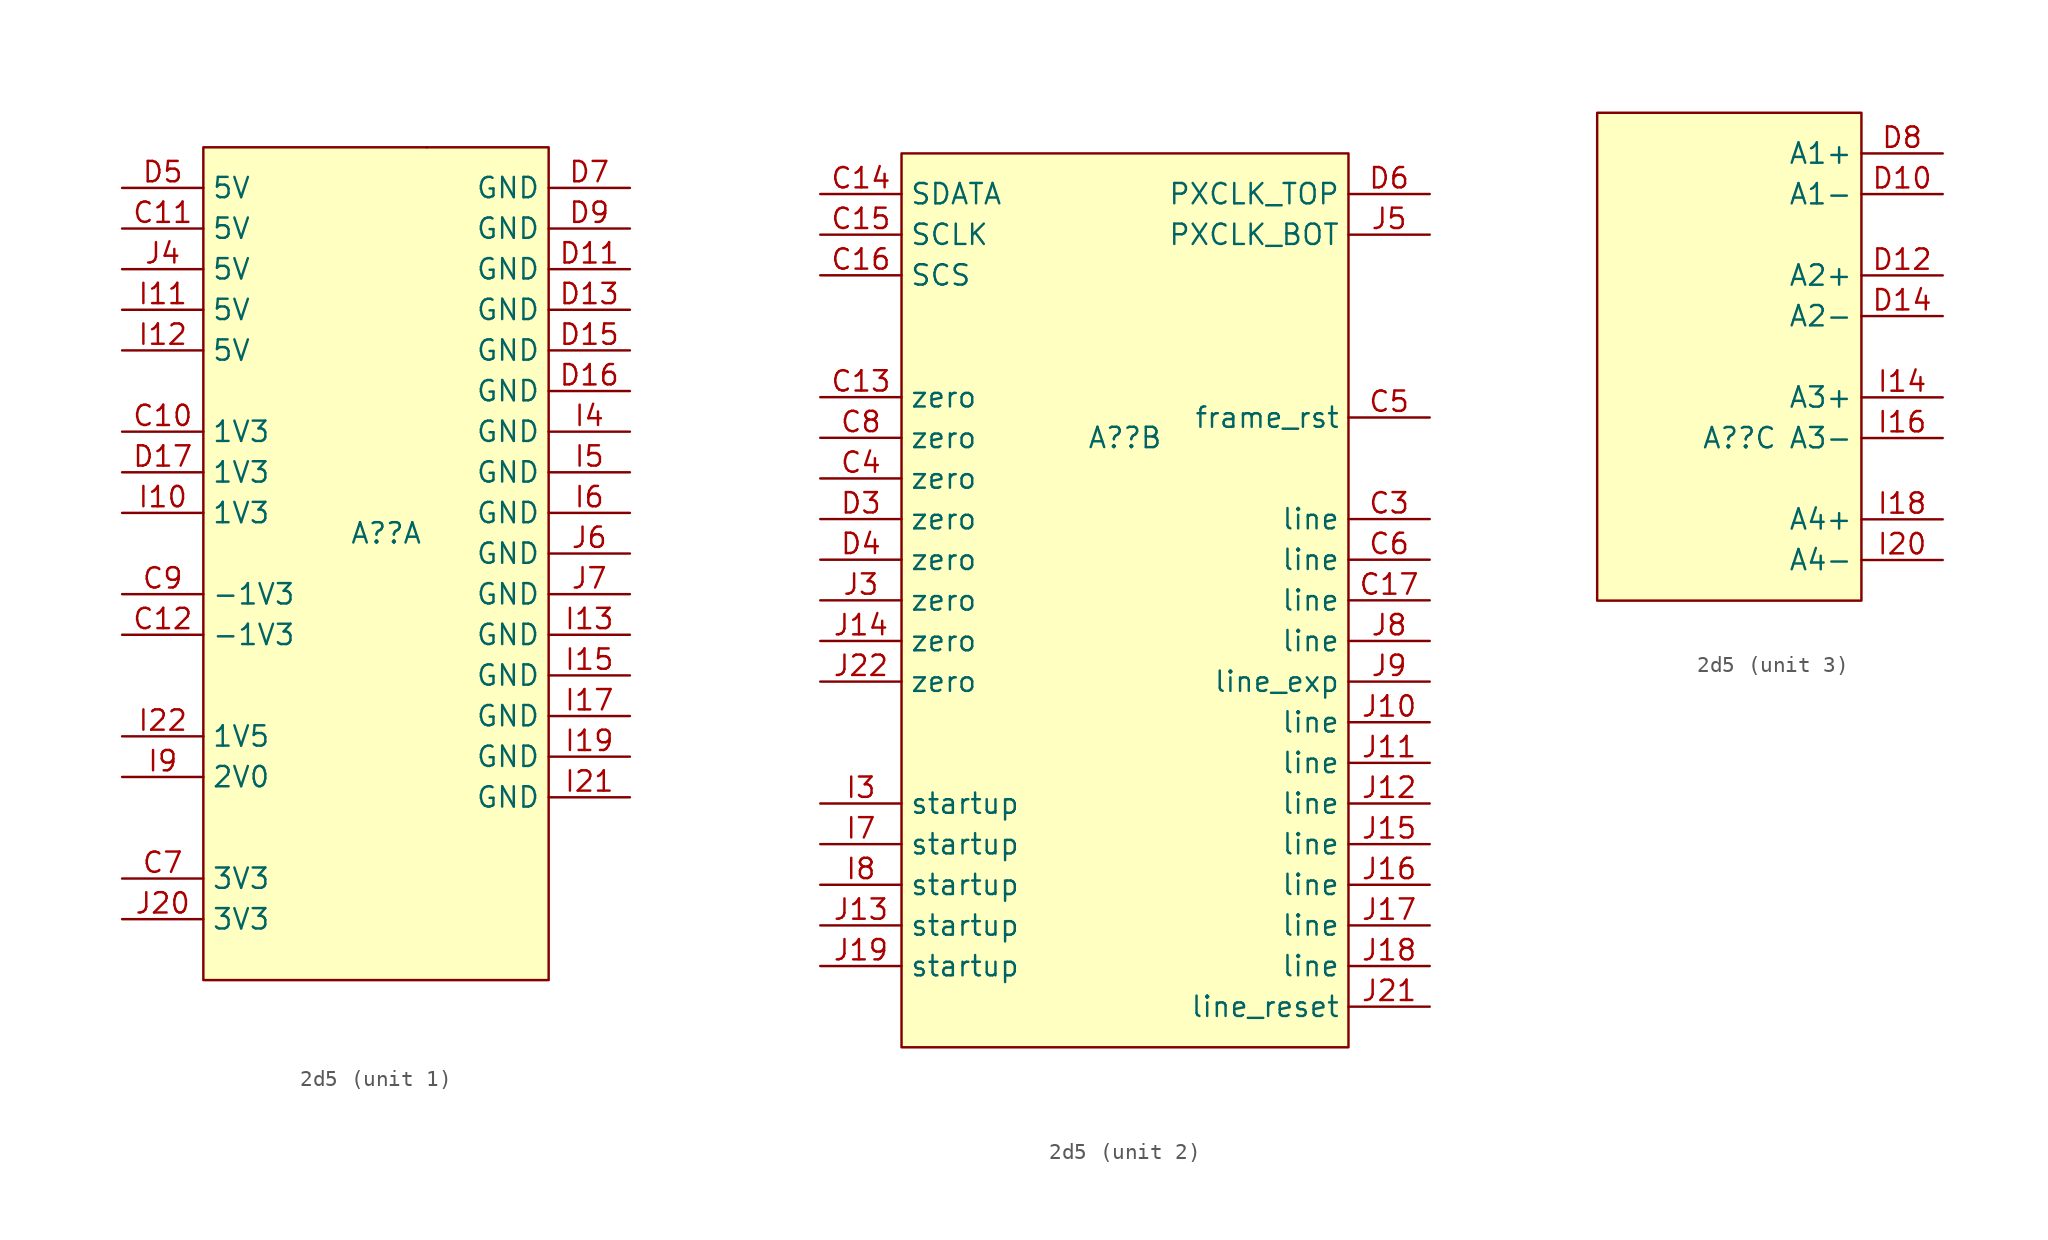
<source format=kicad_sym>
(kicad_symbol_lib
  (version 20220914)
  (generator kicad_symbol_editor)
  (symbol "2d5"
    (property "Reference" "A?"
      (at 0 -5.08 0)
      (effects (font (size 1.27 1.27))))
    (property "Value" ""
      (at 0 0 0)
      (effects (font (size 1.27 1.27))))
    (property "ki_locked" ""
      (at 0 0 0)
      (effects (font (size 1.27 1.27))))
    (symbol "2d5_1_1"
      (rectangle (start -11.43 19.05) (end 10.16 -33.02) (stroke (width 0) (type default)) (fill (type background)))
      (rectangle (start 2.54 19.05) (end 2.54 19.05) (stroke (width 0) (type default)) (fill (type none)))
      (pin power_in line (at -16.51 1.27 0) (length 5.08) (name "1V3" (effects (font (size 1.27 1.27)))) (number "C10" (effects (font (size 1.27 1.27)))))
      (pin power_in line (at -16.51 13.97 0) (length 5.08) (name "5V" (effects (font (size 1.27 1.27)))) (number "C11" (effects (font (size 1.27 1.27)))))
      (pin power_in line (at -16.51 -11.43 0) (length 5.08) (name "-1V3" (effects (font (size 1.27 1.27)))) (number "C12" (effects (font (size 1.27 1.27)))))
      (pin power_in line (at -16.51 -26.67 0) (length 5.08) (name "3V3" (effects (font (size 1.27 1.27)))) (number "C7" (effects (font (size 1.27 1.27)))))
      (pin power_in line (at -16.51 -8.89 0) (length 5.08) (name "-1V3" (effects (font (size 1.27 1.27)))) (number "C9" (effects (font (size 1.27 1.27)))))
      (pin power_in line (at 15.24 11.43 180) (length 5.08) (name "GND" (effects (font (size 1.27 1.27)))) (number "D11" (effects (font (size 1.27 1.27)))))
      (pin power_in line (at 15.24 8.89 180) (length 5.08) (name "GND" (effects (font (size 1.27 1.27)))) (number "D13" (effects (font (size 1.27 1.27)))))
      (pin power_in line (at 15.24 6.35 180) (length 5.08) (name "GND" (effects (font (size 1.27 1.27)))) (number "D15" (effects (font (size 1.27 1.27)))))
      (pin power_in line (at 15.24 3.81 180) (length 5.08) (name "GND" (effects (font (size 1.27 1.27)))) (number "D16" (effects (font (size 1.27 1.27)))))
      (pin power_in line (at -16.51 -1.27 0) (length 5.08) (name "1V3" (effects (font (size 1.27 1.27)))) (number "D17" (effects (font (size 1.27 1.27)))))
      (pin power_in line (at -16.51 16.51 0) (length 5.08) (name "5V" (effects (font (size 1.27 1.27)))) (number "D5" (effects (font (size 1.27 1.27)))))
      (pin power_in line (at 15.24 16.51 180) (length 5.08) (name "GND" (effects (font (size 1.27 1.27)))) (number "D7" (effects (font (size 1.27 1.27)))))
      (pin power_in line (at 15.24 13.97 180) (length 5.08) (name "GND" (effects (font (size 1.27 1.27)))) (number "D9" (effects (font (size 1.27 1.27)))))
      (pin power_in line (at -16.51 -3.81 0) (length 5.08) (name "1V3" (effects (font (size 1.27 1.27)))) (number "I10" (effects (font (size 1.27 1.27)))))
      (pin power_in line (at -16.51 8.89 0) (length 5.08) (name "5V" (effects (font (size 1.27 1.27)))) (number "I11" (effects (font (size 1.27 1.27)))))
      (pin power_in line (at -16.51 6.35 0) (length 5.08) (name "5V" (effects (font (size 1.27 1.27)))) (number "I12" (effects (font (size 1.27 1.27)))))
      (pin power_in line (at 15.24 -11.43 180) (length 5.08) (name "GND" (effects (font (size 1.27 1.27)))) (number "I13" (effects (font (size 1.27 1.27)))))
      (pin power_in line (at 15.24 -13.97 180) (length 5.08) (name "GND" (effects (font (size 1.27 1.27)))) (number "I15" (effects (font (size 1.27 1.27)))))
      (pin power_in line (at 15.24 -16.51 180) (length 5.08) (name "GND" (effects (font (size 1.27 1.27)))) (number "I17" (effects (font (size 1.27 1.27)))))
      (pin power_in line (at 15.24 -19.05 180) (length 5.08) (name "GND" (effects (font (size 1.27 1.27)))) (number "I19" (effects (font (size 1.27 1.27)))))
      (pin power_in line (at 15.24 -21.59 180) (length 5.08) (name "GND" (effects (font (size 1.27 1.27)))) (number "I21" (effects (font (size 1.27 1.27)))))
      (pin power_in line (at -16.51 -17.78 0) (length 5.08) (name "1V5" (effects (font (size 1.27 1.27)))) (number "I22" (effects (font (size 1.27 1.27)))))
      (pin power_in line (at 15.24 1.27 180) (length 5.08) (name "GND" (effects (font (size 1.27 1.27)))) (number "I4" (effects (font (size 1.27 1.27)))))
      (pin power_in line (at 15.24 -1.27 180) (length 5.08) (name "GND" (effects (font (size 1.27 1.27)))) (number "I5" (effects (font (size 1.27 1.27)))))
      (pin power_in line (at 15.24 -3.81 180) (length 5.08) (name "GND" (effects (font (size 1.27 1.27)))) (number "I6" (effects (font (size 1.27 1.27)))))
      (pin power_in line (at -16.51 -20.32 0) (length 5.08) (name "2V0" (effects (font (size 1.27 1.27)))) (number "I9" (effects (font (size 1.27 1.27)))))
      (pin power_in line (at -16.51 -29.21 0) (length 5.08) (name "3V3" (effects (font (size 1.27 1.27)))) (number "J20" (effects (font (size 1.27 1.27)))))
      (pin power_in line (at -16.51 11.43 0) (length 5.08) (name "5V" (effects (font (size 1.27 1.27)))) (number "J4" (effects (font (size 1.27 1.27)))))
      (pin power_in line (at 15.24 -6.35 180) (length 5.08) (name "GND" (effects (font (size 1.27 1.27)))) (number "J6" (effects (font (size 1.27 1.27)))))
      (pin power_in line (at 15.24 -8.89 180) (length 5.08) (name "GND" (effects (font (size 1.27 1.27)))) (number "J7" (effects (font (size 1.27 1.27))))))
    (symbol "2d5_2_1"
      (rectangle (start -13.97 12.7) (end 13.97 -43.18) (stroke (width 0) (type default)) (fill (type background)))
      (pin input line (at -19.05 -2.54 0) (length 5.08) (name "zero" (effects (font (size 1.27 1.27)))) (number "C13" (effects (font (size 1.27 1.27)))))
      (pin input line (at -19.05 10.16 0) (length 5.08) (name "SDATA" (effects (font (size 1.27 1.27)))) (number "C14" (effects (font (size 1.27 1.27)))))
      (pin input line (at -19.05 7.62 0) (length 5.08) (name "SCLK" (effects (font (size 1.27 1.27)))) (number "C15" (effects (font (size 1.27 1.27)))))
      (pin input line (at -19.05 5.08 0) (length 5.08) (name "SCS" (effects (font (size 1.27 1.27)))) (number "C16" (effects (font (size 1.27 1.27)))))
      (pin input line (at 19.05 -15.24 180) (length 5.08) (name "line" (effects (font (size 1.27 1.27)))) (number "C17" (effects (font (size 1.27 1.27)))))
      (pin input line (at 19.05 -10.16 180) (length 5.08) (name "line" (effects (font (size 1.27 1.27)))) (number "C3" (effects (font (size 1.27 1.27)))))
      (pin input line (at -19.05 -7.62 0) (length 5.08) (name "zero" (effects (font (size 1.27 1.27)))) (number "C4" (effects (font (size 1.27 1.27)))))
      (pin input line (at 19.05 -3.81 180) (length 5.08) (name "frame_rst" (effects (font (size 1.27 1.27)))) (number "C5" (effects (font (size 1.27 1.27)))))
      (pin input line (at 19.05 -12.7 180) (length 5.08) (name "line" (effects (font (size 1.27 1.27)))) (number "C6" (effects (font (size 1.27 1.27)))))
      (pin input line (at -19.05 -5.08 0) (length 5.08) (name "zero" (effects (font (size 1.27 1.27)))) (number "C8" (effects (font (size 1.27 1.27)))))
      (pin input line (at -19.05 -10.16 0) (length 5.08) (name "zero" (effects (font (size 1.27 1.27)))) (number "D3" (effects (font (size 1.27 1.27)))))
      (pin input line (at -19.05 -12.7 0) (length 5.08) (name "zero" (effects (font (size 1.27 1.27)))) (number "D4" (effects (font (size 1.27 1.27)))))
      (pin input line (at 19.05 10.16 180) (length 5.08) (name "PXCLK_TOP" (effects (font (size 1.27 1.27)))) (number "D6" (effects (font (size 1.27 1.27)))))
      (pin input line (at -19.05 -27.94 0) (length 5.08) (name "startup" (effects (font (size 1.27 1.27)))) (number "I3" (effects (font (size 1.27 1.27)))))
      (pin input line (at -19.05 -30.48 0) (length 5.08) (name "startup" (effects (font (size 1.27 1.27)))) (number "I7" (effects (font (size 1.27 1.27)))))
      (pin input line (at -19.05 -33.02 0) (length 5.08) (name "startup" (effects (font (size 1.27 1.27)))) (number "I8" (effects (font (size 1.27 1.27)))))
      (pin input line (at 19.05 -22.86 180) (length 5.08) (name "line" (effects (font (size 1.27 1.27)))) (number "J10" (effects (font (size 1.27 1.27)))))
      (pin input line (at 19.05 -25.4 180) (length 5.08) (name "line" (effects (font (size 1.27 1.27)))) (number "J11" (effects (font (size 1.27 1.27)))))
      (pin input line (at 19.05 -27.94 180) (length 5.08) (name "line" (effects (font (size 1.27 1.27)))) (number "J12" (effects (font (size 1.27 1.27)))))
      (pin input line (at -19.05 -35.56 0) (length 5.08) (name "startup" (effects (font (size 1.27 1.27)))) (number "J13" (effects (font (size 1.27 1.27)))))
      (pin input line (at -19.05 -17.78 0) (length 5.08) (name "zero" (effects (font (size 1.27 1.27)))) (number "J14" (effects (font (size 1.27 1.27)))))
      (pin input line (at 19.05 -30.48 180) (length 5.08) (name "line" (effects (font (size 1.27 1.27)))) (number "J15" (effects (font (size 1.27 1.27)))))
      (pin input line (at 19.05 -33.02 180) (length 5.08) (name "line" (effects (font (size 1.27 1.27)))) (number "J16" (effects (font (size 1.27 1.27)))))
      (pin input line (at 19.05 -35.56 180) (length 5.08) (name "line" (effects (font (size 1.27 1.27)))) (number "J17" (effects (font (size 1.27 1.27)))))
      (pin input line (at 19.05 -38.1 180) (length 5.08) (name "line" (effects (font (size 1.27 1.27)))) (number "J18" (effects (font (size 1.27 1.27)))))
      (pin input line (at -19.05 -38.1 0) (length 5.08) (name "startup" (effects (font (size 1.27 1.27)))) (number "J19" (effects (font (size 1.27 1.27)))))
      (pin input line (at 19.05 -40.64 180) (length 5.08) (name "line_reset" (effects (font (size 1.27 1.27)))) (number "J21" (effects (font (size 1.27 1.27)))))
      (pin input line (at -19.05 -20.32 0) (length 5.08) (name "zero" (effects (font (size 1.27 1.27)))) (number "J22" (effects (font (size 1.27 1.27)))))
      (pin input line (at -19.05 -15.24 0) (length 5.08) (name "zero" (effects (font (size 1.27 1.27)))) (number "J3" (effects (font (size 1.27 1.27)))))
      (pin input line (at 19.05 7.62 180) (length 5.08) (name "PXCLK_BOT" (effects (font (size 1.27 1.27)))) (number "J5" (effects (font (size 1.27 1.27)))))
      (pin input line (at 19.05 -17.78 180) (length 5.08) (name "line" (effects (font (size 1.27 1.27)))) (number "J8" (effects (font (size 1.27 1.27)))))
      (pin input line (at 19.05 -20.32 180) (length 5.08) (name "line_exp" (effects (font (size 1.27 1.27)))) (number "J9" (effects (font (size 1.27 1.27))))))
    (symbol "2d5_3_1"
      (rectangle (start -8.89 15.24) (end 7.62 -15.24) (stroke (width 0) (type default)) (fill (type background)))
      (pin output line (at 12.7 10.16 180) (length 5.08) (name "A1-" (effects (font (size 1.27 1.27)))) (number "D10" (effects (font (size 1.27 1.27)))))
      (pin output line (at 12.7 5.08 180) (length 5.08) (name "A2+" (effects (font (size 1.27 1.27)))) (number "D12" (effects (font (size 1.27 1.27)))))
      (pin output line (at 12.7 2.54 180) (length 5.08) (name "A2-" (effects (font (size 1.27 1.27)))) (number "D14" (effects (font (size 1.27 1.27)))))
      (pin output line (at 12.7 12.7 180) (length 5.08) (name "A1+" (effects (font (size 1.27 1.27)))) (number "D8" (effects (font (size 1.27 1.27)))))
      (pin output line (at 12.7 -2.54 180) (length 5.08) (name "A3+" (effects (font (size 1.27 1.27)))) (number "I14" (effects (font (size 1.27 1.27)))))
      (pin output line (at 12.7 -5.08 180) (length 5.08) (name "A3-" (effects (font (size 1.27 1.27)))) (number "I16" (effects (font (size 1.27 1.27)))))
      (pin output line (at 12.7 -10.16 180) (length 5.08) (name "A4+" (effects (font (size 1.27 1.27)))) (number "I18" (effects (font (size 1.27 1.27)))))
      (pin output line (at 12.7 -12.7 180) (length 5.08) (name "A4-" (effects (font (size 1.27 1.27)))) (number "I20" (effects (font (size 1.27 1.27))))))))
</source>
